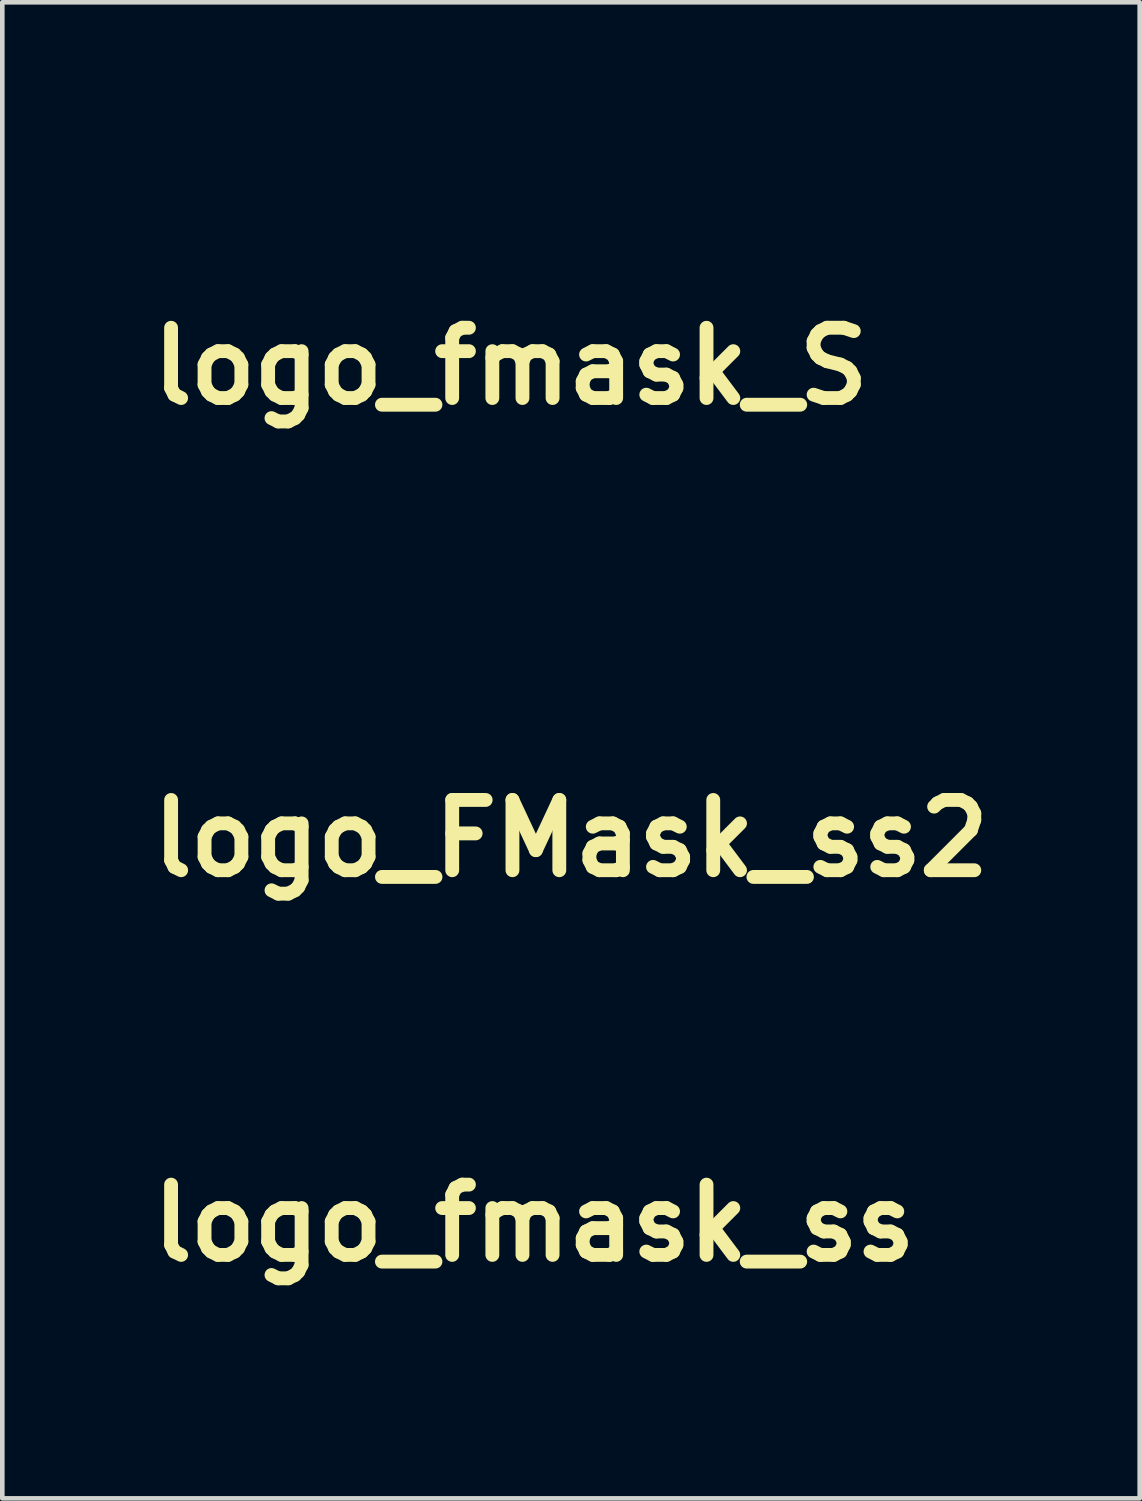
<source format=kicad_pcb>
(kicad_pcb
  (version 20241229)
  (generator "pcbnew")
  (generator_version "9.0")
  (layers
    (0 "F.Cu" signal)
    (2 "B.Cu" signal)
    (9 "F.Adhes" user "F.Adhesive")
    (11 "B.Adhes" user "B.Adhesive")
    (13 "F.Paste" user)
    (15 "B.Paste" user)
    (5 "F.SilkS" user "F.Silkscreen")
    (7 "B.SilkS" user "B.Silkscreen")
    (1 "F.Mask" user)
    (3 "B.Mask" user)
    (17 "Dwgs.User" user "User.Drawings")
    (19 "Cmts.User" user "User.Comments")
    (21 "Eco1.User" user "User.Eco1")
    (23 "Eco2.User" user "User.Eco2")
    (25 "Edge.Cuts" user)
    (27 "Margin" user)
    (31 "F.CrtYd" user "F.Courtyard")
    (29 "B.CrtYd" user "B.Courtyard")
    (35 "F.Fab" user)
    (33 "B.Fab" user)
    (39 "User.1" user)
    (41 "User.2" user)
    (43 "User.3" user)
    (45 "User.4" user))
  (footprint "logo_fmask_ss"
    (layer "F.Cu")
    (at 8.534 23.474)
    (property "Reference" "logo_fmask_ss" (at 0 0 0) (layer "F.SilkS") (effects (font (size 1.524 1.524) (thickness 0.3))))
    (attr through_hole)
    (fp_poly (pts (xy 1.841 -0.699) (xy -1.778 -0.699) (xy -1.778 -1.016) (xy 1.841 -1.016) (xy 1.841 -0.699)) (stroke (width 0.01) (type solid)) (fill yes) (layer "F.Mask"))
    (fp_poly (pts (xy 1.841 -0.254) (xy -1.778 -0.254) (xy -1.778 -0.572) (xy 1.841 -0.572) (xy 1.841 -0.254)) (stroke (width 0.01) (type solid)) (fill yes) (layer "F.Mask"))
    (fp_poly (pts (xy 1.841 0.254) (xy -1.778 0.254) (xy -1.778 -0.064) (xy 1.841 -0.064) (xy 1.841 0.254)) (stroke (width 0.01) (type solid)) (fill yes) (layer "F.Mask"))
    (fp_poly (pts (xy 1.841 0.699) (xy -1.778 0.699) (xy -1.778 0.381) (xy 1.841 0.381) (xy 1.841 0.699)) (stroke (width 0.01) (type solid)) (fill yes) (layer "F.Mask"))
    (fp_poly (pts (xy 1.841 1.143) (xy -1.778 1.143) (xy -1.778 0.826) (xy 1.841 0.826) (xy 1.841 1.143)) (stroke (width 0.01) (type solid)) (fill yes) (layer "F.Mask"))
    (fp_poly (pts (xy 0.936 -1.964) (xy 1.273 -1.843) (xy 1.59 -1.728) (xy 1.858 -1.631) (xy 2.045 -1.563) (xy 2.08 -1.55) (xy 2.349 -1.45) (xy 2.349 0.101) (xy 2.349 1.651) (xy -2.349 1.651) (xy -2.349 -1.143) (xy -1.905 -1.143) (xy -1.905 1.27) (xy 1.968 1.27) (xy 1.968 -1.143) (xy -1.905 -1.143) (xy -2.349 -1.143) (xy -2.349 -1.443) (xy -1.144 -1.86) (xy 0.062 -2.277) (xy 0.936 -1.964)) (stroke (width 0.01) (type solid)) (fill yes) (layer "F.Mask"))
    (fp_poly (pts (xy -2.467 2.169) (xy -2.37 2.205) (xy -2.349 2.254) (xy -2.4 2.338) (xy -2.445 2.349) (xy -2.508 2.387) (xy -2.536 2.514) (xy -2.54 2.635) (xy -2.548 2.814) (xy -2.583 2.898) (xy -2.658 2.921) (xy -2.667 2.921) (xy -2.746 2.902) (xy -2.784 2.825) (xy -2.794 2.656) (xy -2.794 2.635) (xy -2.806 2.447) (xy -2.849 2.361) (xy -2.889 2.349) (xy -2.973 2.299) (xy -2.985 2.254) (xy -2.951 2.194) (xy -2.833 2.165) (xy -2.667 2.159) (xy -2.467 2.169)) (stroke (width 0.01) (type solid)) (fill yes) (layer "F.Mask"))
    (fp_poly (pts (xy -1.644 2.173) (xy -1.605 2.234) (xy -1.59 2.371) (xy -1.587 2.54) (xy -1.592 2.753) (xy -1.612 2.868) (xy -1.658 2.914) (xy -1.714 2.921) (xy -1.821 2.876) (xy -1.841 2.794) (xy -1.886 2.688) (xy -1.968 2.667) (xy -2.075 2.712) (xy -2.095 2.794) (xy -2.135 2.897) (xy -2.191 2.921) (xy -2.246 2.892) (xy -2.276 2.788) (xy -2.286 2.586) (xy -2.286 2.54) (xy -2.279 2.319) (xy -2.253 2.2) (xy -2.202 2.16) (xy -2.191 2.159) (xy -2.113 2.212) (xy -2.095 2.286) (xy -2.051 2.392) (xy -1.968 2.413) (xy -1.862 2.368) (xy -1.841 2.286) (xy -1.797 2.18) (xy -1.714 2.159) (xy -1.644 2.173)) (stroke (width 0.01) (type solid)) (fill yes) (layer "F.Mask"))
    (fp_poly (pts (xy 3.048 -1.951) (xy 3.048 -1.579) (xy 3.045 -1.371) (xy 3.027 -1.26) (xy 2.978 -1.215) (xy 2.881 -1.207) (xy 2.857 -1.206) (xy 2.728 -1.22) (xy 2.676 -1.285) (xy 2.667 -1.422) (xy 2.669 -1.494) (xy 2.667 -1.551) (xy 2.646 -1.599) (xy 2.592 -1.646) (xy 2.491 -1.698) (xy 2.329 -1.763) (xy 2.093 -1.847) (xy 1.767 -1.958) (xy 1.339 -2.102) (xy 1.238 -2.136) (xy 0.032 -2.543) (xy -1.286 -2.089) (xy -2.603 -1.635) (xy -2.603 -1.389) (xy -2.611 -1.23) (xy -2.655 -1.16) (xy -2.771 -1.143) (xy -2.829 -1.143) (xy -3.054 -1.143) (xy -3.035 -1.532) (xy -3.016 -1.92) (xy 0.026 -2.982) (xy 3.048 -1.951)) (stroke (width 0.01) (type solid)) (fill yes) (layer "F.Mask"))
    (fp_poly (pts (xy -0.5 2.13) (xy -0.392 2.2) (xy -0.391 2.282) (xy -0.486 2.34) (xy -0.567 2.349) (xy -0.727 2.385) (xy -0.794 2.476) (xy -0.804 2.634) (xy -0.721 2.717) (xy -0.647 2.725) (xy -0.589 2.709) (xy -0.619 2.688) (xy -0.701 2.617) (xy -0.681 2.537) (xy -0.577 2.483) (xy -0.508 2.477) (xy -0.362 2.501) (xy -0.313 2.583) (xy -0.313 2.588) (xy -0.291 2.602) (xy -0.255 2.54) (xy 0 2.54) (xy 0.023 2.592) (xy 0.042 2.582) (xy 0.05 2.507) (xy 0.042 2.498) (xy 0.005 2.506) (xy 0 2.54) (xy -0.255 2.54) (xy -0.241 2.516) (xy -0.204 2.429) (xy -0.118 2.25) (xy -0.027 2.17) (xy 0.04 2.159) (xy 0.135 2.185) (xy 0.216 2.282) (xy 0.303 2.475) (xy 0.31 2.492) (xy 0.438 2.826) (xy 0.442 2.413) (xy 0.699 2.413) (xy 0.72 2.475) (xy 0.727 2.477) (xy 0.781 2.432) (xy 0.794 2.413) (xy 0.789 2.354) (xy 0.766 2.349) (xy 0.701 2.396) (xy 0.699 2.413) (xy 0.442 2.413) (xy 0.445 2.159) (xy 0.723 2.159) (xy 0.943 2.188) (xy 1.049 2.275) (xy 1.042 2.419) (xy 1.013 2.482) (xy 0.984 2.622) (xy 1.036 2.733) (xy 1.09 2.797) (xy 1.133 2.791) (xy 1.182 2.698) (xy 1.229 2.572) (xy 1.46 2.572) (xy 1.492 2.603) (xy 1.524 2.572) (xy 1.492 2.54) (xy 1.46 2.572) (xy 1.229 2.572) (xy 1.246 2.526) (xy 1.327 2.328) (xy 1.4 2.226) (xy 1.489 2.192) (xy 1.519 2.191) (xy 1.638 2.223) (xy 1.721 2.341) (xy 1.749 2.413) (xy 1.826 2.635) (xy 1.832 2.584) (xy 2.106 2.584) (xy 2.159 2.694) (xy 2.236 2.725) (xy 2.284 2.712) (xy 2.238 2.688) (xy 2.156 2.617) (xy 2.176 2.537) (xy 2.281 2.483) (xy 2.349 2.477) (xy 2.483 2.458) (xy 2.54 2.414) (xy 2.54 2.413) (xy 2.489 2.362) (xy 2.369 2.349) (xy 2.234 2.37) (xy 2.135 2.42) (xy 2.118 2.445) (xy 2.106 2.584) (xy 1.832 2.584) (xy 1.85 2.445) (xy 1.907 2.285) (xy 2.041 2.184) (xy 2.266 2.138) (xy 2.596 2.141) (xy 2.619 2.143) (xy 2.877 2.172) (xy 3.016 2.214) (xy 3.048 2.257) (xy 2.994 2.333) (xy 2.905 2.368) (xy 2.762 2.396) (xy 2.905 2.404) (xy 3.024 2.454) (xy 3.048 2.536) (xy 2.993 2.649) (xy 2.905 2.686) (xy 2.762 2.713) (xy 2.905 2.722) (xy 3.019 2.765) (xy 3.048 2.826) (xy 2.988 2.885) (xy 2.821 2.925) (xy 2.565 2.944) (xy 2.238 2.938) (xy 2.191 2.935) (xy 1.983 2.926) (xy 1.826 2.923) (xy 1.699 2.903) (xy 1.651 2.859) (xy 1.598 2.806) (xy 1.524 2.794) (xy 1.421 2.821) (xy 1.397 2.857) (xy 1.343 2.908) (xy 1.212 2.925) (xy 1.047 2.913) (xy 0.891 2.874) (xy 0.79 2.814) (xy 0.787 2.81) (xy 0.722 2.733) (xy 0.702 2.76) (xy 0.701 2.81) (xy 0.666 2.888) (xy 0.546 2.919) (xy 0.475 2.921) (xy 0.284 2.898) (xy 0.128 2.844) (xy 0.124 2.842) (xy 0.007 2.797) (xy -0.05 2.832) (xy -0.134 2.879) (xy -0.296 2.921) (xy -0.488 2.952) (xy -0.662 2.964) (xy -0.771 2.951) (xy -0.782 2.944) (xy -0.864 2.922) (xy -1.031 2.912) (xy -1.174 2.913) (xy -1.524 2.924) (xy -1.524 2.712) (xy -1.294 2.712) (xy -1.206 2.72) (xy -1.116 2.71) (xy -1.127 2.688) (xy -1.257 2.68) (xy -1.286 2.688) (xy -1.294 2.712) (xy -1.524 2.712) (xy -1.524 2.159) (xy -1.302 2.159) (xy -1.146 2.187) (xy -1.077 2.25) (xy -1.105 2.321) (xy -1.222 2.368) (xy -1.31 2.389) (xy -1.28 2.399) (xy -1.197 2.404) (xy -1.053 2.377) (xy -0.993 2.317) (xy -0.897 2.214) (xy -0.733 2.141) (xy -0.559 2.119) (xy -0.5 2.13)) (stroke (width 0.01) (type solid)) (fill yes) (layer "F.Mask")))
  (footprint "logo_fmask_S"
    (layer "F.Cu")
    (at 8.026 4.892)
    (property "Reference" "logo_fmask_S" (at 0 0 0) (layer "F.SilkS") (effects (font (size 1.524 1.524) (thickness 0.3))))
    (attr through_hole)
    (fp_poly (pts (xy 3.048 -0.381) (xy -2.921 -0.381) (xy -2.921 -0.889) (xy 3.048 -0.889) (xy 3.048 -0.381)) (stroke (width 0.01) (type solid)) (fill yes) (layer "F.Mask"))
    (fp_poly (pts (xy 3.048 0.445) (xy -2.985 0.445) (xy -2.985 -0.064) (xy 3.048 -0.064) (xy 3.048 0.445)) (stroke (width 0.01) (type solid)) (fill yes) (layer "F.Mask"))
    (fp_poly (pts (xy 3.048 1.143) (xy -2.985 1.143) (xy -2.985 0.699) (xy 3.048 0.699) (xy 3.048 1.143)) (stroke (width 0.01) (type solid)) (fill yes) (layer "F.Mask"))
    (fp_poly (pts (xy 3.048 1.968) (xy -2.985 1.968) (xy -2.985 1.46) (xy 3.048 1.46) (xy 3.048 1.968)) (stroke (width 0.01) (type solid)) (fill yes) (layer "F.Mask"))
    (fp_poly (pts (xy 3.111 -1.143) (xy -2.985 -1.143) (xy -2.985 -1.651) (xy 3.111 -1.651) (xy 3.111 -1.143)) (stroke (width 0.01) (type solid)) (fill yes) (layer "F.Mask"))
    (fp_poly (pts (xy 2.551 -4.031) (xy 3.086 -3.847) (xy 3.582 -3.677) (xy 4.027 -3.525) (xy 4.409 -3.395) (xy 4.714 -3.291) (xy 4.93 -3.218) (xy 5.046 -3.18) (xy 5.061 -3.175) (xy 5.069 -3.116) (xy 5.076 -2.958) (xy 5.079 -2.728) (xy 5.08 -2.572) (xy 5.08 -1.968) (xy 4.508 -1.968) (xy 4.508 -2.711) (xy 0.032 -4.21) (xy -4.35 -2.699) (xy -4.369 -2.302) (xy -4.388 -1.905) (xy -5.021 -1.905) (xy -5.003 -2.519) (xy -4.985 -3.134) (xy 0.06 -4.887) (xy 2.551 -4.031)) (stroke (width 0.01) (type solid)) (fill yes) (layer "F.Mask"))
    (fp_poly (pts (xy -4.151 3.622) (xy -3.991 3.633) (xy -3.908 3.658) (xy -3.877 3.704) (xy -3.873 3.747) (xy -3.903 3.839) (xy -4.015 3.872) (xy -4.064 3.873) (xy -4.255 3.873) (xy -4.255 4.381) (xy -4.256 4.633) (xy -4.267 4.784) (xy -4.294 4.86) (xy -4.346 4.886) (xy -4.413 4.889) (xy -4.492 4.884) (xy -4.539 4.851) (xy -4.563 4.763) (xy -4.571 4.596) (xy -4.572 4.381) (xy -4.572 3.873) (xy -4.763 3.873) (xy -4.902 3.854) (xy -4.951 3.779) (xy -4.953 3.747) (xy -4.943 3.685) (xy -4.896 3.647) (xy -4.788 3.627) (xy -4.594 3.62) (xy -4.413 3.619) (xy -4.151 3.622)) (stroke (width 0.01) (type solid)) (fill yes) (layer "F.Mask"))
    (fp_poly (pts (xy 0.147 -3.664) (xy 0.312 -3.614) (xy 0.573 -3.528) (xy 0.932 -3.406) (xy 1.393 -3.245) (xy 1.961 -3.044) (xy 2.638 -2.803) (xy 3.43 -2.519) (xy 3.762 -2.4) (xy 3.937 -2.337) (xy 3.937 0.228) (xy 3.937 2.794) (xy -3.811 2.794) (xy -3.795 0.214) (xy -3.782 -1.841) (xy -3.175 -1.841) (xy -3.175 2.159) (xy 3.302 2.159) (xy 3.302 -1.841) (xy -3.175 -1.841) (xy -3.782 -1.841) (xy -3.778 -2.366) (xy -1.905 -3.021) (xy -1.439 -3.183) (xy -1.009 -3.331) (xy -0.63 -3.459) (xy -0.317 -3.562) (xy -0.086 -3.636) (xy 0.048 -3.675) (xy 0.072 -3.68) (xy 0.147 -3.664)) (stroke (width 0.01) (type solid)) (fill yes) (layer "F.Mask"))
    (fp_poly (pts (xy -1.946 3.624) (xy -1.831 3.644) (xy -1.785 3.69) (xy -1.778 3.747) (xy -1.803 3.834) (xy -1.9 3.869) (xy -2 3.873) (xy -2.153 3.888) (xy -2.215 3.943) (xy -2.223 4) (xy -2.198 4.088) (xy -2.101 4.123) (xy -2 4.128) (xy -1.847 4.142) (xy -1.785 4.197) (xy -1.778 4.255) (xy -1.803 4.342) (xy -1.9 4.377) (xy -2 4.381) (xy -2.153 4.396) (xy -2.215 4.451) (xy -2.223 4.508) (xy -2.198 4.596) (xy -2.101 4.631) (xy -2 4.636) (xy -1.847 4.65) (xy -1.785 4.705) (xy -1.778 4.763) (xy -1.792 4.833) (xy -1.853 4.872) (xy -1.99 4.887) (xy -2.159 4.889) (xy -2.54 4.889) (xy -2.54 3.619) (xy -2.159 3.619) (xy -1.946 3.624)) (stroke (width 0.01) (type solid)) (fill yes) (layer "F.Mask"))
    (fp_poly (pts (xy 4.912 3.624) (xy 5.027 3.644) (xy 5.073 3.69) (xy 5.08 3.747) (xy 5.055 3.834) (xy 4.958 3.869) (xy 4.858 3.873) (xy 4.705 3.888) (xy 4.643 3.943) (xy 4.636 4) (xy 4.665 4.093) (xy 4.777 4.126) (xy 4.826 4.128) (xy 4.965 4.147) (xy 5.015 4.222) (xy 5.016 4.255) (xy 4.987 4.347) (xy 4.875 4.38) (xy 4.826 4.381) (xy 4.687 4.401) (xy 4.637 4.476) (xy 4.636 4.508) (xy 4.66 4.596) (xy 4.757 4.631) (xy 4.858 4.636) (xy 5.011 4.65) (xy 5.073 4.705) (xy 5.08 4.763) (xy 5.066 4.833) (xy 5.005 4.872) (xy 4.868 4.887) (xy 4.699 4.889) (xy 4.318 4.889) (xy 4.318 3.619) (xy 4.699 3.619) (xy 4.912 3.624)) (stroke (width 0.01) (type solid)) (fill yes) (layer "F.Mask"))
    (fp_poly (pts (xy 1.404 3.635) (xy 1.588 3.689) (xy 1.685 3.793) (xy 1.714 3.956) (xy 1.714 3.963) (xy 1.688 4.133) (xy 1.624 4.25) (xy 1.621 4.253) (xy 1.572 4.316) (xy 1.586 4.4) (xy 1.672 4.542) (xy 1.685 4.561) (xy 1.797 4.738) (xy 1.83 4.837) (xy 1.781 4.88) (xy 1.656 4.889) (xy 1.508 4.859) (xy 1.388 4.749) (xy 1.333 4.667) (xy 1.235 4.528) (xy 1.154 4.451) (xy 1.138 4.445) (xy 1.099 4.501) (xy 1.08 4.638) (xy 1.079 4.667) (xy 1.068 4.818) (xy 1.014 4.879) (xy 0.921 4.889) (xy 0.849 4.886) (xy 0.803 4.859) (xy 0.777 4.785) (xy 0.765 4.642) (xy 0.762 4.406) (xy 0.762 4.255) (xy 0.762 4.032) (xy 1.079 4.032) (xy 1.1 4.162) (xy 1.173 4.179) (xy 1.263 4.133) (xy 1.319 4.041) (xy 1.29 3.935) (xy 1.196 3.875) (xy 1.177 3.873) (xy 1.098 3.928) (xy 1.079 4.032) (xy 0.762 4.032) (xy 0.762 3.619) (xy 1.115 3.619) (xy 1.404 3.635)) (stroke (width 0.01) (type solid)) (fill yes) (layer "F.Mask"))
    (fp_poly (pts (xy -2.754 3.623) (xy -2.708 3.65) (xy -2.682 3.724) (xy -2.67 3.867) (xy -2.667 4.103) (xy -2.667 4.255) (xy -2.668 4.543) (xy -2.675 4.727) (xy -2.693 4.831) (xy -2.729 4.877) (xy -2.788 4.889) (xy -2.826 4.889) (xy -2.928 4.876) (xy -2.973 4.81) (xy -2.984 4.658) (xy -2.985 4.636) (xy -2.991 4.473) (xy -3.033 4.401) (xy -3.149 4.382) (xy -3.239 4.381) (xy -3.401 4.388) (xy -3.473 4.43) (xy -3.492 4.546) (xy -3.493 4.636) (xy -3.501 4.799) (xy -3.542 4.872) (xy -3.637 4.889) (xy -3.651 4.889) (xy -3.723 4.886) (xy -3.769 4.859) (xy -3.795 4.785) (xy -3.807 4.642) (xy -3.81 4.406) (xy -3.81 4.255) (xy -3.809 3.966) (xy -3.802 3.782) (xy -3.784 3.678) (xy -3.748 3.632) (xy -3.689 3.62) (xy -3.651 3.619) (xy -3.549 3.633) (xy -3.504 3.699) (xy -3.493 3.851) (xy -3.493 3.873) (xy -3.486 4.036) (xy -3.444 4.108) (xy -3.328 4.127) (xy -3.239 4.128) (xy -3.076 4.121) (xy -3.004 4.079) (xy -2.985 3.963) (xy -2.985 3.873) (xy -2.976 3.71) (xy -2.935 3.637) (xy -2.84 3.62) (xy -2.826 3.619) (xy -2.754 3.623)) (stroke (width 0.01) (type solid)) (fill yes) (layer "F.Mask"))
    (fp_poly (pts (xy -0.807 3.596) (xy -0.678 3.668) (xy -0.635 3.782) (xy -0.649 3.875) (xy -0.714 3.915) (xy -0.866 3.919) (xy -0.896 3.917) (xy -1.083 3.925) (xy -1.207 3.987) (xy -1.291 4.083) (xy -1.377 4.213) (xy -1.386 4.311) (xy -1.33 4.432) (xy -1.228 4.547) (xy -1.097 4.617) (xy -0.974 4.634) (xy -0.898 4.587) (xy -0.889 4.544) (xy -0.942 4.462) (xy -1.016 4.445) (xy -1.116 4.408) (xy -1.143 4.286) (xy -1.131 4.188) (xy -1.073 4.142) (xy -0.934 4.128) (xy -0.857 4.128) (xy -0.572 4.128) (xy -0.567 4.461) (xy -0.566 4.604) (xy -0.561 4.69) (xy -0.544 4.707) (xy -0.508 4.644) (xy -0.446 4.491) (xy -0.356 4.255) (xy -0.018 4.255) (xy -0.015 4.357) (xy 0.064 4.381) (xy 0.147 4.348) (xy 0.145 4.255) (xy 0.098 4.152) (xy 0.064 4.128) (xy 0.01 4.18) (xy -0.018 4.255) (xy -0.356 4.255) (xy -0.349 4.237) (xy -0.278 4.048) (xy -0.19 3.826) (xy -0.122 3.697) (xy -0.053 3.637) (xy 0.041 3.62) (xy 0.085 3.62) (xy 0.179 3.625) (xy 0.248 3.655) (xy 0.308 3.733) (xy 0.374 3.88) (xy 0.461 4.119) (xy 0.492 4.207) (xy 0.581 4.462) (xy 0.65 4.672) (xy 0.691 4.808) (xy 0.699 4.842) (xy 0.644 4.876) (xy 0.515 4.889) (xy 0.362 4.856) (xy 0.299 4.763) (xy 0.219 4.663) (xy 0.082 4.628) (xy -0.06 4.658) (xy -0.154 4.751) (xy -0.159 4.765) (xy -0.22 4.855) (xy -0.349 4.888) (xy -0.434 4.889) (xy -0.652 4.894) (xy -0.899 4.912) (xy -0.953 4.918) (xy -1.159 4.926) (xy -1.334 4.906) (xy -1.374 4.893) (xy -1.563 4.75) (xy -1.679 4.533) (xy -1.717 4.278) (xy -1.671 4.022) (xy -1.557 3.823) (xy -1.396 3.692) (xy -1.197 3.609) (xy -0.99 3.576) (xy -0.807 3.596)) (stroke (width 0.01) (type solid)) (fill yes) (layer "F.Mask"))
    (fp_poly (pts (xy 3.993 3.612) (xy 4.107 3.705) (xy 4.128 3.791) (xy 4.114 3.897) (xy 4.047 3.923) (xy 3.934 3.905) (xy 3.723 3.908) (xy 3.555 3.997) (xy 3.448 4.144) (xy 3.421 4.319) (xy 3.493 4.495) (xy 3.529 4.536) (xy 3.654 4.615) (xy 3.781 4.631) (xy 3.863 4.583) (xy 3.873 4.54) (xy 3.821 4.463) (xy 3.747 4.445) (xy 3.647 4.408) (xy 3.619 4.286) (xy 3.631 4.188) (xy 3.69 4.142) (xy 3.828 4.128) (xy 3.905 4.128) (xy 4.191 4.128) (xy 4.191 4.501) (xy 4.188 4.71) (xy 4.167 4.825) (xy 4.113 4.881) (xy 4.01 4.91) (xy 3.993 4.913) (xy 3.761 4.947) (xy 3.581 4.931) (xy 3.408 4.87) (xy 3.243 4.761) (xy 3.134 4.635) (xy 3.081 4.56) (xy 3.078 4.595) (xy 3.125 4.732) (xy 3.15 4.794) (xy 3.147 4.862) (xy 3.05 4.888) (xy 2.985 4.889) (xy 2.826 4.864) (xy 2.753 4.776) (xy 2.749 4.763) (xy 2.677 4.664) (xy 2.527 4.636) (xy 2.371 4.666) (xy 2.304 4.763) (xy 2.23 4.863) (xy 2.088 4.889) (xy 1.957 4.875) (xy 1.904 4.842) (xy 1.924 4.765) (xy 1.976 4.597) (xy 2.054 4.366) (xy 2.083 4.281) (xy 2.438 4.281) (xy 2.444 4.366) (xy 2.501 4.381) (xy 2.59 4.341) (xy 2.603 4.302) (xy 2.581 4.211) (xy 2.537 4.123) (xy 2.494 4.079) (xy 2.477 4.106) (xy 2.455 4.229) (xy 2.438 4.281) (xy 2.083 4.281) (xy 2.109 4.207) (xy 2.204 3.938) (xy 2.275 3.767) (xy 2.334 3.672) (xy 2.399 3.63) (xy 2.485 3.62) (xy 2.518 3.619) (xy 2.636 3.629) (xy 2.715 3.678) (xy 2.783 3.794) (xy 2.853 3.971) (xy 2.925 4.174) (xy 2.976 4.333) (xy 2.991 4.4) (xy 3.006 4.392) (xy 3.035 4.285) (xy 3.053 4.198) (xy 3.143 3.919) (xy 3.296 3.736) (xy 3.53 3.626) (xy 3.541 3.623) (xy 3.798 3.582) (xy 3.993 3.612)) (stroke (width 0.01) (type solid)) (fill yes) (layer "F.Mask")))
  (footprint "logo_FMask_ss2"
    (layer "F.Cu")
    (at 9.333 15.132)
    (property "Reference" "logo_FMask_ss2" (at 0 0 0) (layer "F.SilkS") (effects (font (size 1.524 1.524) (thickness 0.3))))
    (attr through_hole)
    (fp_poly (pts (xy 1.841 0) (xy -1.778 0) (xy -1.778 -0.318) (xy 1.841 -0.318) (xy 1.841 0)) (stroke (width 0.01) (type solid)) (fill yes) (layer "F.Mask"))
    (fp_poly (pts (xy 1.841 0.445) (xy -1.778 0.445) (xy -1.778 0.127) (xy 1.841 0.127) (xy 1.841 0.445)) (stroke (width 0.01) (type solid)) (fill yes) (layer "F.Mask"))
    (fp_poly (pts (xy 1.841 0.953) (xy -1.778 0.953) (xy -1.778 0.635) (xy 1.841 0.635) (xy 1.841 0.953)) (stroke (width 0.01) (type solid)) (fill yes) (layer "F.Mask"))
    (fp_poly (pts (xy 1.841 1.397) (xy -1.778 1.397) (xy -1.778 1.079) (xy 1.841 1.079) (xy 1.841 1.397)) (stroke (width 0.01) (type solid)) (fill yes) (layer "F.Mask"))
    (fp_poly (pts (xy 1.841 1.841) (xy -1.778 1.841) (xy -1.778 1.524) (xy 1.841 1.524) (xy 1.841 1.841)) (stroke (width 0.01) (type solid)) (fill yes) (layer "F.Mask"))
    (fp_poly (pts (xy 0.936 -1.265) (xy 1.273 -1.144) (xy 1.59 -1.03) (xy 1.858 -0.933) (xy 2.045 -0.864) (xy 2.08 -0.852) (xy 2.349 -0.751) (xy 2.349 0.799) (xy 2.349 2.349) (xy -2.349 2.349) (xy -2.349 -0.445) (xy -1.905 -0.445) (xy -1.905 1.968) (xy 1.968 1.968) (xy 1.968 -0.445) (xy -1.905 -0.445) (xy -2.349 -0.445) (xy -2.349 -0.744) (xy -1.144 -1.161) (xy 0.062 -1.578) (xy 0.936 -1.265)) (stroke (width 0.01) (type solid)) (fill yes) (layer "F.Mask"))
    (fp_poly (pts (xy 3.048 -1.253) (xy 3.048 -0.88) (xy 3.045 -0.673) (xy 3.027 -0.561) (xy 2.978 -0.517) (xy 2.881 -0.508) (xy 2.857 -0.508) (xy 2.728 -0.521) (xy 2.676 -0.586) (xy 2.667 -0.723) (xy 2.669 -0.796) (xy 2.667 -0.853) (xy 2.646 -0.901) (xy 2.592 -0.948) (xy 2.491 -1) (xy 2.329 -1.064) (xy 2.093 -1.149) (xy 1.767 -1.259) (xy 1.339 -1.403) (xy 1.238 -1.437) (xy 0.032 -1.844) (xy -1.286 -1.391) (xy -2.603 -0.937) (xy -2.603 -0.691) (xy -2.611 -0.531) (xy -2.655 -0.462) (xy -2.771 -0.445) (xy -2.829 -0.445) (xy -3.054 -0.445) (xy -3.035 -0.833) (xy -3.016 -1.222) (xy 0.026 -2.284) (xy 3.048 -1.253)) (stroke (width 0.01) (type solid)) (fill yes) (layer "F.Mask")))
  (gr_rect
    (start -3 -3)
    (end 21.665 29.443)
    (stroke (width 0.1) (type default))
    (fill no)
    (layer "Edge.Cuts")))
</source>
